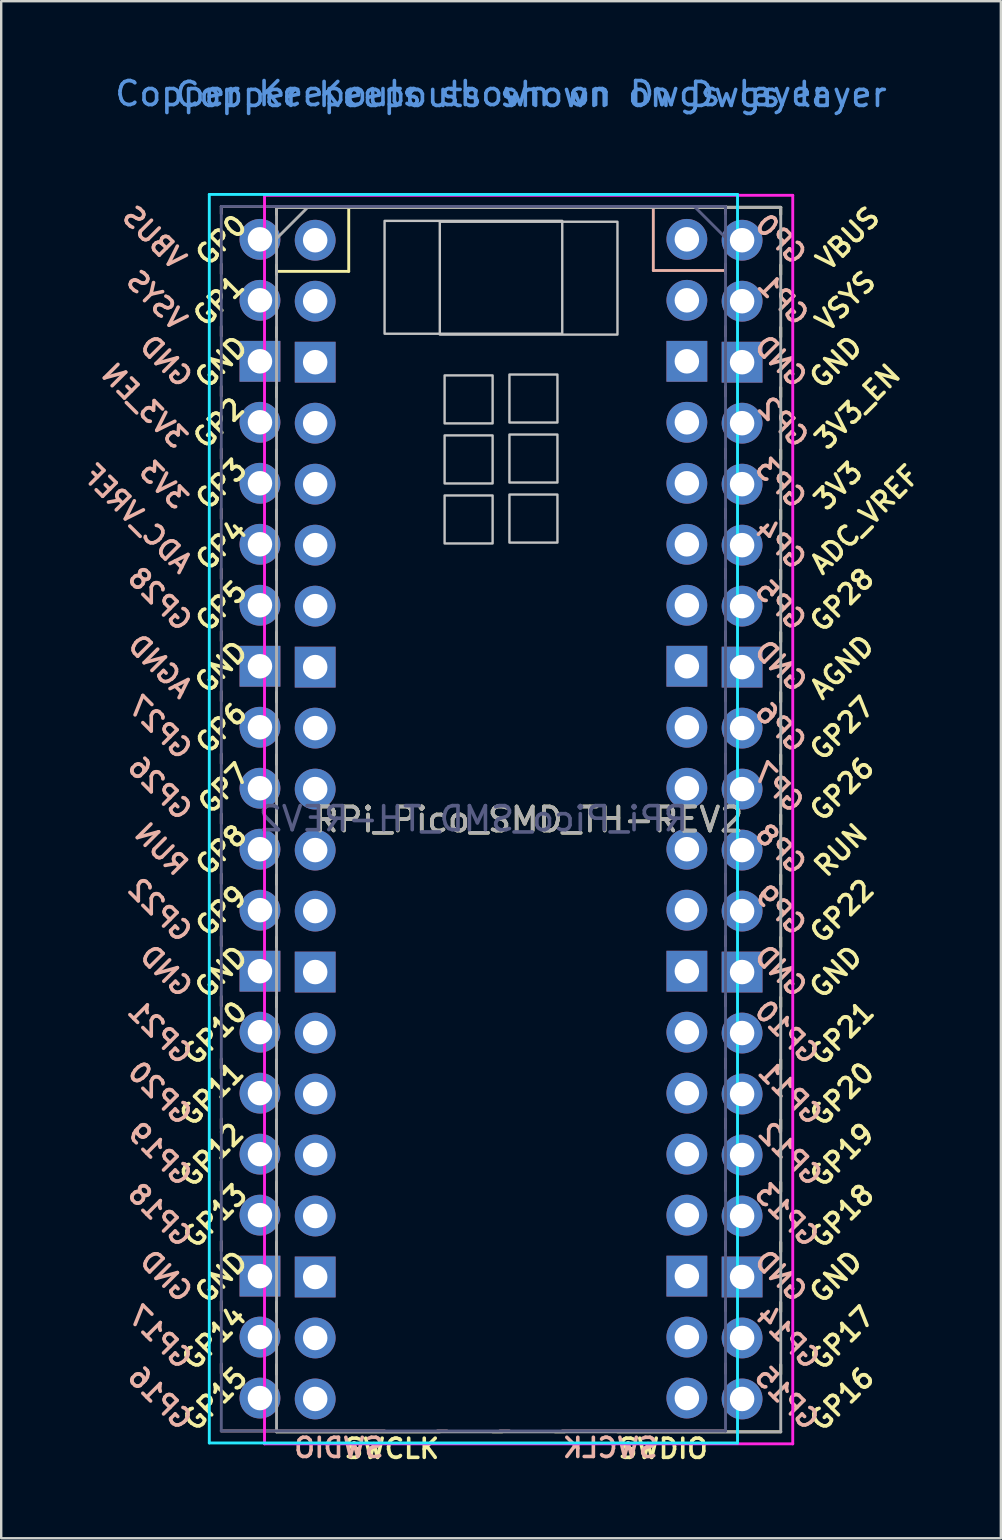
<source format=kicad_pcb>
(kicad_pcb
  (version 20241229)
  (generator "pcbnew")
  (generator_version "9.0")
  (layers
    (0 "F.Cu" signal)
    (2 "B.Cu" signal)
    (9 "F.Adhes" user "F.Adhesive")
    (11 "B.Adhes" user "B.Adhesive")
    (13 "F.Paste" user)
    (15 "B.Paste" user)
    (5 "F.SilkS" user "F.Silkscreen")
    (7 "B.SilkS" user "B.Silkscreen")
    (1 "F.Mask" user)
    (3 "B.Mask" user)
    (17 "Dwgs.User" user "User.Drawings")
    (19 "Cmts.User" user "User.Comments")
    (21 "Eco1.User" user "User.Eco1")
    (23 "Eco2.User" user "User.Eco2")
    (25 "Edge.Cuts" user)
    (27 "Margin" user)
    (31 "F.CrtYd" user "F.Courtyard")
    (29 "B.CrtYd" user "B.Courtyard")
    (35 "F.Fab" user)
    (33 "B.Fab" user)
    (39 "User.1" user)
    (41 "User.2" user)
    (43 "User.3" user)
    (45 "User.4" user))
  (footprint "RPi_Pico_SMD_TH-REV2"
    (layer "F.Cu")
    (at 18.967 31.085)
    (property "Reference" "RPi_Pico_SMD_TH-REV2" (at 0 0 0) (layer "F.SilkS") (effects (font (size 1 1) (thickness 0.15))))
    (attr through_hole)
    (fp_line (start -10.5 -25.5) (end -10.5 -25.2) (stroke (width 0.12) (type solid)) (layer "F.SilkS"))
    (fp_line (start -10.5 -25.5) (end 10.5 -25.5) (stroke (width 0.12) (type solid)) (layer "F.SilkS"))
    (fp_line (start -10.5 -23.1) (end -10.5 -22.7) (stroke (width 0.12) (type solid)) (layer "F.SilkS"))
    (fp_line (start -10.5 -22.833) (end -7.493 -22.833) (stroke (width 0.12) (type solid)) (layer "F.SilkS"))
    (fp_line (start -10.5 -20.5) (end -10.5 -20.1) (stroke (width 0.12) (type solid)) (layer "F.SilkS"))
    (fp_line (start -10.5 -18) (end -10.5 -17.6) (stroke (width 0.12) (type solid)) (layer "F.SilkS"))
    (fp_line (start -10.5 -15.4) (end -10.5 -15) (stroke (width 0.12) (type solid)) (layer "F.SilkS"))
    (fp_line (start -10.5 -12.9) (end -10.5 -12.5) (stroke (width 0.12) (type solid)) (layer "F.SilkS"))
    (fp_line (start -10.5 -10.4) (end -10.5 -10) (stroke (width 0.12) (type solid)) (layer "F.SilkS"))
    (fp_line (start -10.5 -7.8) (end -10.5 -7.4) (stroke (width 0.12) (type solid)) (layer "F.SilkS"))
    (fp_line (start -10.5 -5.3) (end -10.5 -4.9) (stroke (width 0.12) (type solid)) (layer "F.SilkS"))
    (fp_line (start -10.5 -2.7) (end -10.5 -2.3) (stroke (width 0.12) (type solid)) (layer "F.SilkS"))
    (fp_line (start -10.5 -0.2) (end -10.5 0.2) (stroke (width 0.12) (type solid)) (layer "F.SilkS"))
    (fp_line (start -10.5 2.3) (end -10.5 2.7) (stroke (width 0.12) (type solid)) (layer "F.SilkS"))
    (fp_line (start -10.5 4.9) (end -10.5 5.3) (stroke (width 0.12) (type solid)) (layer "F.SilkS"))
    (fp_line (start -10.5 7.4) (end -10.5 7.8) (stroke (width 0.12) (type solid)) (layer "F.SilkS"))
    (fp_line (start -10.5 10) (end -10.5 10.4) (stroke (width 0.12) (type solid)) (layer "F.SilkS"))
    (fp_line (start -10.5 12.5) (end -10.5 12.9) (stroke (width 0.12) (type solid)) (layer "F.SilkS"))
    (fp_line (start -10.5 15.1) (end -10.5 15.5) (stroke (width 0.12) (type solid)) (layer "F.SilkS"))
    (fp_line (start -10.5 17.6) (end -10.5 18) (stroke (width 0.12) (type solid)) (layer "F.SilkS"))
    (fp_line (start -10.5 20.1) (end -10.5 20.5) (stroke (width 0.12) (type solid)) (layer "F.SilkS"))
    (fp_line (start -10.5 22.7) (end -10.5 23.1) (stroke (width 0.12) (type solid)) (layer "F.SilkS"))
    (fp_line (start -7.493 -22.833) (end -7.493 -25.5) (stroke (width 0.12) (type solid)) (layer "F.SilkS"))
    (fp_line (start -3.7 25.5) (end -10.5 25.5) (stroke (width 0.12) (type solid)) (layer "F.SilkS"))
    (fp_line (start -1.5 25.5) (end -1.1 25.5) (stroke (width 0.12) (type solid)) (layer "F.SilkS"))
    (fp_line (start 1.1 25.5) (end 1.5 25.5) (stroke (width 0.12) (type solid)) (layer "F.SilkS"))
    (fp_line (start 10.5 -25.5) (end 10.5 -25.2) (stroke (width 0.12) (type solid)) (layer "F.SilkS"))
    (fp_line (start 10.5 -23.1) (end 10.5 -22.7) (stroke (width 0.12) (type solid)) (layer "F.SilkS"))
    (fp_line (start 10.5 -20.5) (end 10.5 -20.1) (stroke (width 0.12) (type solid)) (layer "F.SilkS"))
    (fp_line (start 10.5 -18) (end 10.5 -17.6) (stroke (width 0.12) (type solid)) (layer "F.SilkS"))
    (fp_line (start 10.5 -15.4) (end 10.5 -15) (stroke (width 0.12) (type solid)) (layer "F.SilkS"))
    (fp_line (start 10.5 -12.9) (end 10.5 -12.5) (stroke (width 0.12) (type solid)) (layer "F.SilkS"))
    (fp_line (start 10.5 -10.4) (end 10.5 -10) (stroke (width 0.12) (type solid)) (layer "F.SilkS"))
    (fp_line (start 10.5 -7.8) (end 10.5 -7.4) (stroke (width 0.12) (type solid)) (layer "F.SilkS"))
    (fp_line (start 10.5 -5.3) (end 10.5 -4.9) (stroke (width 0.12) (type solid)) (layer "F.SilkS"))
    (fp_line (start 10.5 -2.7) (end 10.5 -2.3) (stroke (width 0.12) (type solid)) (layer "F.SilkS"))
    (fp_line (start 10.5 -0.2) (end 10.5 0.2) (stroke (width 0.12) (type solid)) (layer "F.SilkS"))
    (fp_line (start 10.5 2.3) (end 10.5 2.7) (stroke (width 0.12) (type solid)) (layer "F.SilkS"))
    (fp_line (start 10.5 4.9) (end 10.5 5.3) (stroke (width 0.12) (type solid)) (layer "F.SilkS"))
    (fp_line (start 10.5 7.4) (end 10.5 7.8) (stroke (width 0.12) (type solid)) (layer "F.SilkS"))
    (fp_line (start 10.5 10) (end 10.5 10.4) (stroke (width 0.12) (type solid)) (layer "F.SilkS"))
    (fp_line (start 10.5 12.5) (end 10.5 12.9) (stroke (width 0.12) (type solid)) (layer "F.SilkS"))
    (fp_line (start 10.5 15.1) (end 10.5 15.5) (stroke (width 0.12) (type solid)) (layer "F.SilkS"))
    (fp_line (start 10.5 17.6) (end 10.5 18) (stroke (width 0.12) (type solid)) (layer "F.SilkS"))
    (fp_line (start 10.5 20.1) (end 10.5 20.5) (stroke (width 0.12) (type solid)) (layer "F.SilkS"))
    (fp_line (start 10.5 22.7) (end 10.5 23.1) (stroke (width 0.12) (type solid)) (layer "F.SilkS"))
    (fp_line (start 10.5 25.5) (end 3.7 25.5) (stroke (width 0.12) (type solid)) (layer "F.SilkS"))
    (fp_line (start -12.8 -25.537) (end -12.8 -25.236) (stroke (width 0.12) (type solid)) (layer "B.SilkS"))
    (fp_line (start -12.8 -23.137) (end -12.8 -22.736) (stroke (width 0.12) (type solid)) (layer "B.SilkS"))
    (fp_line (start -12.8 -20.537) (end -12.8 -20.137) (stroke (width 0.12) (type solid)) (layer "B.SilkS"))
    (fp_line (start -12.8 -18.037) (end -12.8 -17.637) (stroke (width 0.12) (type solid)) (layer "B.SilkS"))
    (fp_line (start -12.8 -15.437) (end -12.8 -15.037) (stroke (width 0.12) (type solid)) (layer "B.SilkS"))
    (fp_line (start -12.8 -12.937) (end -12.8 -12.537) (stroke (width 0.12) (type solid)) (layer "B.SilkS"))
    (fp_line (start -12.8 -10.437) (end -12.8 -10.037) (stroke (width 0.12) (type solid)) (layer "B.SilkS"))
    (fp_line (start -12.8 -7.837) (end -12.8 -7.436) (stroke (width 0.12) (type solid)) (layer "B.SilkS"))
    (fp_line (start -12.8 -5.337) (end -12.8 -4.936) (stroke (width 0.12) (type solid)) (layer "B.SilkS"))
    (fp_line (start -12.8 -2.736) (end -12.8 -2.337) (stroke (width 0.12) (type solid)) (layer "B.SilkS"))
    (fp_line (start -12.8 -0.236) (end -12.8 0.164) (stroke (width 0.12) (type solid)) (layer "B.SilkS"))
    (fp_line (start -12.8 2.264) (end -12.8 2.663) (stroke (width 0.12) (type solid)) (layer "B.SilkS"))
    (fp_line (start -12.8 4.864) (end -12.8 5.263) (stroke (width 0.12) (type solid)) (layer "B.SilkS"))
    (fp_line (start -12.8 7.364) (end -12.8 7.763) (stroke (width 0.12) (type solid)) (layer "B.SilkS"))
    (fp_line (start -12.8 9.963) (end -12.8 10.364) (stroke (width 0.12) (type solid)) (layer "B.SilkS"))
    (fp_line (start -12.8 12.463) (end -12.8 12.864) (stroke (width 0.12) (type solid)) (layer "B.SilkS"))
    (fp_line (start -12.8 15.063) (end -12.8 15.463) (stroke (width 0.12) (type solid)) (layer "B.SilkS"))
    (fp_line (start -12.8 17.564) (end -12.8 17.963) (stroke (width 0.12) (type solid)) (layer "B.SilkS"))
    (fp_line (start -12.8 20.064) (end -12.8 20.463) (stroke (width 0.12) (type solid)) (layer "B.SilkS"))
    (fp_line (start -12.8 22.663) (end -12.8 23.064) (stroke (width 0.12) (type solid)) (layer "B.SilkS"))
    (fp_line (start -12.8 25.463) (end -6 25.463) (stroke (width 0.12) (type solid)) (layer "B.SilkS"))
    (fp_line (start -3.4 25.463) (end -3.8 25.463) (stroke (width 0.12) (type solid)) (layer "B.SilkS"))
    (fp_line (start -0.8 25.463) (end -1.2 25.463) (stroke (width 0.12) (type solid)) (layer "B.SilkS"))
    (fp_line (start 1.4 25.463) (end 8.2 25.463) (stroke (width 0.12) (type solid)) (layer "B.SilkS"))
    (fp_line (start 5.193 -22.869) (end 5.193 -25.537) (stroke (width 0.12) (type solid)) (layer "B.SilkS"))
    (fp_line (start 8.2 -25.537) (end -12.8 -25.537) (stroke (width 0.12) (type solid)) (layer "B.SilkS"))
    (fp_line (start 8.2 -25.537) (end 8.2 -25.236) (stroke (width 0.12) (type solid)) (layer "B.SilkS"))
    (fp_line (start 8.2 -23.137) (end 8.2 -22.736) (stroke (width 0.12) (type solid)) (layer "B.SilkS"))
    (fp_line (start 8.2 -22.869) (end 5.193 -22.869) (stroke (width 0.12) (type solid)) (layer "B.SilkS"))
    (fp_line (start 8.2 -20.537) (end 8.2 -20.137) (stroke (width 0.12) (type solid)) (layer "B.SilkS"))
    (fp_line (start 8.2 -18.037) (end 8.2 -17.637) (stroke (width 0.12) (type solid)) (layer "B.SilkS"))
    (fp_line (start 8.2 -15.437) (end 8.2 -15.037) (stroke (width 0.12) (type solid)) (layer "B.SilkS"))
    (fp_line (start 8.2 -12.937) (end 8.2 -12.537) (stroke (width 0.12) (type solid)) (layer "B.SilkS"))
    (fp_line (start 8.2 -10.437) (end 8.2 -10.037) (stroke (width 0.12) (type solid)) (layer "B.SilkS"))
    (fp_line (start 8.2 -7.837) (end 8.2 -7.436) (stroke (width 0.12) (type solid)) (layer "B.SilkS"))
    (fp_line (start 8.2 -5.337) (end 8.2 -4.936) (stroke (width 0.12) (type solid)) (layer "B.SilkS"))
    (fp_line (start 8.2 -2.736) (end 8.2 -2.337) (stroke (width 0.12) (type solid)) (layer "B.SilkS"))
    (fp_line (start 8.2 -0.236) (end 8.2 0.164) (stroke (width 0.12) (type solid)) (layer "B.SilkS"))
    (fp_line (start 8.2 2.264) (end 8.2 2.663) (stroke (width 0.12) (type solid)) (layer "B.SilkS"))
    (fp_line (start 8.2 4.864) (end 8.2 5.263) (stroke (width 0.12) (type solid)) (layer "B.SilkS"))
    (fp_line (start 8.2 7.364) (end 8.2 7.763) (stroke (width 0.12) (type solid)) (layer "B.SilkS"))
    (fp_line (start 8.2 9.963) (end 8.2 10.364) (stroke (width 0.12) (type solid)) (layer "B.SilkS"))
    (fp_line (start 8.2 12.463) (end 8.2 12.864) (stroke (width 0.12) (type solid)) (layer "B.SilkS"))
    (fp_line (start 8.2 15.063) (end 8.2 15.463) (stroke (width 0.12) (type solid)) (layer "B.SilkS"))
    (fp_line (start 8.2 17.564) (end 8.2 17.963) (stroke (width 0.12) (type solid)) (layer "B.SilkS"))
    (fp_line (start 8.2 20.064) (end 8.2 20.463) (stroke (width 0.12) (type solid)) (layer "B.SilkS"))
    (fp_line (start 8.2 22.663) (end 8.2 23.064) (stroke (width 0.12) (type solid)) (layer "B.SilkS"))
    (fp_poly (pts (xy -6 -20.236) (xy 1.4 -20.236) (xy 1.4 -24.936) (xy -6 -24.936)) (stroke (width 0.1) (type solid)) (fill no) (layer "Dwgs.User"))
    (fp_poly (pts (xy -1.5 -16.5) (xy -3.5 -16.5) (xy -3.5 -18.5) (xy -1.5 -18.5)) (stroke (width 0.1) (type solid)) (fill no) (layer "Dwgs.User"))
    (fp_poly (pts (xy -1.5 -14) (xy -3.5 -14) (xy -3.5 -16) (xy -1.5 -16)) (stroke (width 0.1) (type solid)) (fill no) (layer "Dwgs.User"))
    (fp_poly (pts (xy -1.5 -11.5) (xy -3.5 -11.5) (xy -3.5 -13.5) (xy -1.5 -13.5)) (stroke (width 0.1) (type solid)) (fill no) (layer "Dwgs.User"))
    (fp_poly (pts (xy -0.8 -16.537) (xy 1.2 -16.537) (xy 1.2 -18.537) (xy -0.8 -18.537)) (stroke (width 0.1) (type solid)) (fill no) (layer "Dwgs.User"))
    (fp_poly (pts (xy -0.8 -14.037) (xy 1.2 -14.037) (xy 1.2 -16.037) (xy -0.8 -16.037)) (stroke (width 0.1) (type solid)) (fill no) (layer "Dwgs.User"))
    (fp_poly (pts (xy -0.8 -11.537) (xy 1.2 -11.537) (xy 1.2 -13.537) (xy -0.8 -13.537)) (stroke (width 0.1) (type solid)) (fill no) (layer "Dwgs.User"))
    (fp_poly (pts (xy 3.7 -20.2) (xy -3.7 -20.2) (xy -3.7 -24.9) (xy 3.7 -24.9)) (stroke (width 0.1) (type solid)) (fill no) (layer "Dwgs.User"))
    (fp_line (start -13.3 -26.037) (end -13.3 25.963) (stroke (width 0.12) (type solid)) (layer "B.CrtYd"))
    (fp_line (start -13.3 25.963) (end 8.7 25.963) (stroke (width 0.12) (type solid)) (layer "B.CrtYd"))
    (fp_line (start 8.7 -26.037) (end -13.3 -26.037) (stroke (width 0.12) (type solid)) (layer "B.CrtYd"))
    (fp_line (start 8.7 25.963) (end 8.7 -26.037) (stroke (width 0.12) (type solid)) (layer "B.CrtYd"))
    (fp_line (start -11 -26) (end 11 -26) (stroke (width 0.12) (type solid)) (layer "F.CrtYd"))
    (fp_line (start -11 26) (end -11 -26) (stroke (width 0.12) (type solid)) (layer "F.CrtYd"))
    (fp_line (start 11 -26) (end 11 26) (stroke (width 0.12) (type solid)) (layer "F.CrtYd"))
    (fp_line (start 11 26) (end -11 26) (stroke (width 0.12) (type solid)) (layer "F.CrtYd"))
    (fp_line (start -12.8 -25.537) (end -12.8 25.463) (stroke (width 0.12) (type solid)) (layer "B.Fab"))
    (fp_line (start -12.8 25.463) (end 8.2 25.463) (stroke (width 0.12) (type solid)) (layer "B.Fab"))
    (fp_line (start 8.2 -25.537) (end -12.8 -25.537) (stroke (width 0.12) (type solid)) (layer "B.Fab"))
    (fp_line (start 8.2 -24.236) (end 6.9 -25.537) (stroke (width 0.12) (type solid)) (layer "B.Fab"))
    (fp_line (start 8.2 25.463) (end 8.2 -25.537) (stroke (width 0.12) (type solid)) (layer "B.Fab"))
    (fp_line (start -10.5 -25.5) (end 10.5 -25.5) (stroke (width 0.12) (type solid)) (layer "F.Fab"))
    (fp_line (start -10.5 -24.2) (end -9.2 -25.5) (stroke (width 0.12) (type solid)) (layer "F.Fab"))
    (fp_line (start -10.5 25.5) (end -10.5 -25.5) (stroke (width 0.12) (type solid)) (layer "F.Fab"))
    (fp_line (start 10.5 -25.5) (end 10.5 25.5) (stroke (width 0.12) (type solid)) (layer "F.Fab"))
    (fp_line (start 10.5 25.5) (end -10.5 25.5) (stroke (width 0.12) (type solid)) (layer "F.Fab"))
    (fp_text user "GND" (at -12.8 19.05 45) (layer "F.SilkS") (effects (font (size 0.8 0.8) (thickness 0.15))))
    (fp_text user "RUN" (at 13 1.27 45) (layer "F.SilkS") (effects (font (size 0.8 0.8) (thickness 0.15))))
    (fp_text user "GP20" (at 13.054 11.43 45) (layer "F.SilkS") (effects (font (size 0.8 0.8) (thickness 0.15))))
    (fp_text user "GP4" (at -12.8 -11.43 45) (layer "F.SilkS") (effects (font (size 0.8 0.8) (thickness 0.15))))
    (fp_text user "GP9" (at -12.8 3.81 45) (layer "F.SilkS") (effects (font (size 0.8 0.8) (thickness 0.15))))
    (fp_text user "GP26" (at 13.054 -1.27 45) (layer "F.SilkS") (effects (font (size 0.8 0.8) (thickness 0.15))))
    (fp_text user "GP12" (at -13.2 13.97 45) (layer "F.SilkS") (effects (font (size 0.8 0.8) (thickness 0.15))))
    (fp_text user "GP7" (at -12.7 -1.3 45) (layer "F.SilkS") (effects (font (size 0.8 0.8) (thickness 0.15))))
    (fp_text user "GP27" (at 13.054 -3.8 45) (layer "F.SilkS") (effects (font (size 0.8 0.8) (thickness 0.15))))
    (fp_text user "GND" (at -12.8 -19.05 45) (layer "F.SilkS") (effects (font (size 0.8 0.8) (thickness 0.15))))
    (fp_text user "GP18" (at 13.054 16.51 45) (layer "F.SilkS") (effects (font (size 0.8 0.8) (thickness 0.15))))
    (fp_text user "GP5" (at -12.8 -8.89 45) (layer "F.SilkS") (effects (font (size 0.8 0.8) (thickness 0.15))))
    (fp_text user "GP19" (at 13.054 13.97 45) (layer "F.SilkS") (effects (font (size 0.8 0.8) (thickness 0.15))))
    (fp_text user "GP28" (at 13.054 -9.144 45) (layer "F.SilkS") (effects (font (size 0.8 0.8) (thickness 0.15))))
    (fp_text user "GP16" (at 13.054 24.13 45) (layer "F.SilkS") (effects (font (size 0.8 0.8) (thickness 0.15))))
    (fp_text user "GP17" (at 13.054 21.59 45) (layer "F.SilkS") (effects (font (size 0.8 0.8) (thickness 0.15))))
    (fp_text user "SWDIO" (at 5.6 26.2 0) (layer "F.SilkS") (effects (font (size 0.8 0.8) (thickness 0.15))))
    (fp_text user "GP2" (at -12.9 -16.51 45) (layer "F.SilkS") (effects (font (size 0.8 0.8) (thickness 0.15))))
    (fp_text user "GND" (at -12.8 -6.35 45) (layer "F.SilkS") (effects (font (size 0.8 0.8) (thickness 0.15))))
    (fp_text user "GND" (at 12.8 19.05 45) (layer "F.SilkS") (effects (font (size 0.8 0.8) (thickness 0.15))))
    (fp_text user "GP1" (at -12.9 -21.6 45) (layer "F.SilkS") (effects (font (size 0.8 0.8) (thickness 0.15))))
    (fp_text user "GP10" (at -13.054 8.89 45) (layer "F.SilkS") (effects (font (size 0.8 0.8) (thickness 0.15))))
    (fp_text user "GP11" (at -13.2 11.43 45) (layer "F.SilkS") (effects (font (size 0.8 0.8) (thickness 0.15))))
    (fp_text user "GND" (at -12.8 6.35 45) (layer "F.SilkS") (effects (font (size 0.8 0.8) (thickness 0.15))))
    (fp_text user "3V3" (at 12.9 -13.9 45) (layer "F.SilkS") (effects (font (size 0.8 0.8) (thickness 0.15))))
    (fp_text user "GP14" (at -13.1 21.59 45) (layer "F.SilkS") (effects (font (size 0.8 0.8) (thickness 0.15))))
    (fp_text user "GP13" (at -13.054 16.51 45) (layer "F.SilkS") (effects (font (size 0.8 0.8) (thickness 0.15))))
    (fp_text user "GND" (at 12.8 -19.05 45) (layer "F.SilkS") (effects (font (size 0.8 0.8) (thickness 0.15))))
    (fp_text user "SWCLK" (at -5.7 26.2 0) (layer "F.SilkS") (effects (font (size 0.8 0.8) (thickness 0.15))))
    (fp_text user "GND" (at 12.8 6.35 45) (layer "F.SilkS") (effects (font (size 0.8 0.8) (thickness 0.15))))
    (fp_text user "ADC_VREF" (at 14 -12.5 45) (layer "F.SilkS") (effects (font (size 0.8 0.8) (thickness 0.15))))
    (fp_text user "GP21" (at 13.054 8.9 45) (layer "F.SilkS") (effects (font (size 0.8 0.8) (thickness 0.15))))
    (fp_text user "GP0" (at -12.8 -24.13 45) (layer "F.SilkS") (effects (font (size 0.8 0.8) (thickness 0.15))))
    (fp_text user "VBUS" (at 13.3 -24.2 45) (layer "F.SilkS") (effects (font (size 0.8 0.8) (thickness 0.15))))
    (fp_text user "AGND" (at 13.054 -6.35 45) (layer "F.SilkS") (effects (font (size 0.8 0.8) (thickness 0.15))))
    (fp_text user "GP22" (at 13.054 3.81 45) (layer "F.SilkS") (effects (font (size 0.8 0.8) (thickness 0.15))))
    (fp_text user "GP6" (at -12.8 -3.81 45) (layer "F.SilkS") (effects (font (size 0.8 0.8) (thickness 0.15))))
    (fp_text user "GP15" (at -13.054 24.13 45) (layer "F.SilkS") (effects (font (size 0.8 0.8) (thickness 0.15))))
    (fp_text user "VSYS" (at 13.2 -21.59 45) (layer "F.SilkS") (effects (font (size 0.8 0.8) (thickness 0.15))))
    (fp_text user "GP8" (at -12.8 1.27 45) (layer "F.SilkS") (effects (font (size 0.8 0.8) (thickness 0.15))))
    (fp_text user "3V3_EN" (at 13.7 -17.2 45) (layer "F.SilkS") (effects (font (size 0.8 0.8) (thickness 0.15))))
    (fp_text user "GP3" (at -12.8 -13.97 45) (layer "F.SilkS") (effects (font (size 0.8 0.8) (thickness 0.15))))
    (fp_text user "GND" (at 10.5 -19.087 315) (layer "B.SilkS") (effects (font (size 0.8 0.8) (thickness 0.15)) (justify mirror)))
    (fp_text user "GP11" (at 10.9 11.393 315) (layer "B.SilkS") (effects (font (size 0.8 0.8) (thickness 0.15)) (justify mirror)))
    (fp_text user "GP27" (at -15.354 -3.837 315) (layer "B.SilkS") (effects (font (size 0.8 0.8) (thickness 0.15)) (justify mirror)))
    (fp_text user "GP15" (at 10.754 24.093 315) (layer "B.SilkS") (effects (font (size 0.8 0.8) (thickness 0.15)) (justify mirror)))
    (fp_text user "GP18" (at -15.354 16.474 315) (layer "B.SilkS") (effects (font (size 0.8 0.8) (thickness 0.15)) (justify mirror)))
    (fp_text user "GP10" (at 10.754 8.854 315) (layer "B.SilkS") (effects (font (size 0.8 0.8) (thickness 0.15)) (justify mirror)))
    (fp_text user "3V3" (at -15.2 -13.937 315) (layer "B.SilkS") (effects (font (size 0.8 0.8) (thickness 0.15)) (justify mirror)))
    (fp_text user "GP4" (at 10.5 -11.466 315) (layer "B.SilkS") (effects (font (size 0.8 0.8) (thickness 0.15)) (justify mirror)))
    (fp_text user "GND" (at -15.1 -19.087 315) (layer "B.SilkS") (effects (font (size 0.8 0.8) (thickness 0.15)) (justify mirror)))
    (fp_text user "GP3" (at 10.5 -14.007 315) (layer "B.SilkS") (effects (font (size 0.8 0.8) (thickness 0.15)) (justify mirror)))
    (fp_text user "GP0" (at 10.5 -24.166 315) (layer "B.SilkS") (effects (font (size 0.8 0.8) (thickness 0.15)) (justify mirror)))
    (fp_text user "GP21" (at -15.354 8.864 315) (layer "B.SilkS") (effects (font (size 0.8 0.8) (thickness 0.15)) (justify mirror)))
    (fp_text user "GP5" (at 10.5 -8.927 315) (layer "B.SilkS") (effects (font (size 0.8 0.8) (thickness 0.15)) (justify mirror)))
    (fp_text user "GP2" (at 10.6 -16.547 315) (layer "B.SilkS") (effects (font (size 0.8 0.8) (thickness 0.15)) (justify mirror)))
    (fp_text user "SWCLK" (at 3.4 26.163 0) (layer "B.SilkS") (effects (font (size 0.8 0.8) (thickness 0.15)) (justify mirror)))
    (fp_text user "RUN" (at -15.3 1.234 315) (layer "B.SilkS") (effects (font (size 0.8 0.8) (thickness 0.15)) (justify mirror)))
    (fp_text user "GP12" (at 10.9 13.934 315) (layer "B.SilkS") (effects (font (size 0.8 0.8) (thickness 0.15)) (justify mirror)))
    (fp_text user "GP9" (at 10.5 3.773 315) (layer "B.SilkS") (effects (font (size 0.8 0.8) (thickness 0.15)) (justify mirror)))
    (fp_text user "GP26" (at -15.354 -1.306 315) (layer "B.SilkS") (effects (font (size 0.8 0.8) (thickness 0.15)) (justify mirror)))
    (fp_text user "3V3_EN" (at -16 -17.236 315) (layer "B.SilkS") (effects (font (size 0.8 0.8) (thickness 0.15)) (justify mirror)))
    (fp_text user "GP19" (at -15.354 13.934 315) (layer "B.SilkS") (effects (font (size 0.8 0.8) (thickness 0.15)) (justify mirror)))
    (fp_text user "VBUS" (at -15.6 -24.236 315) (layer "B.SilkS") (effects (font (size 0.8 0.8) (thickness 0.15)) (justify mirror)))
    (fp_text user "AGND" (at -15.354 -6.386 315) (layer "B.SilkS") (effects (font (size 0.8 0.8) (thickness 0.15)) (justify mirror)))
    (fp_text user "GP28" (at -15.354 -9.181 315) (layer "B.SilkS") (effects (font (size 0.8 0.8) (thickness 0.15)) (justify mirror)))
    (fp_text user "GND" (at 10.5 6.314 315) (layer "B.SilkS") (effects (font (size 0.8 0.8) (thickness 0.15)) (justify mirror)))
    (fp_text user "GP7" (at 10.4 -1.337 315) (layer "B.SilkS") (effects (font (size 0.8 0.8) (thickness 0.15)) (justify mirror)))
    (fp_text user "GP13" (at 10.754 16.474 315) (layer "B.SilkS") (effects (font (size 0.8 0.8) (thickness 0.15)) (justify mirror)))
    (fp_text user "GP14" (at 10.8 21.553 315) (layer "B.SilkS") (effects (font (size 0.8 0.8) (thickness 0.15)) (justify mirror)))
    (fp_text user "GP6" (at 10.5 -3.846 315) (layer "B.SilkS") (effects (font (size 0.8 0.8) (thickness 0.15)) (justify mirror)))
    (fp_text user "GP20" (at -15.354 11.393 315) (layer "B.SilkS") (effects (font (size 0.8 0.8) (thickness 0.15)) (justify mirror)))
    (fp_text user "GP1" (at 10.6 -21.637 315) (layer "B.SilkS") (effects (font (size 0.8 0.8) (thickness 0.15)) (justify mirror)))
    (fp_text user "GND" (at -15.1 6.314 315) (layer "B.SilkS") (effects (font (size 0.8 0.8) (thickness 0.15)) (justify mirror)))
    (fp_text user "SWDIO" (at -7.9 26.163 0) (layer "B.SilkS") (effects (font (size 0.8 0.8) (thickness 0.15)) (justify mirror)))
    (fp_text user "GP16" (at -15.354 24.093 315) (layer "B.SilkS") (effects (font (size 0.8 0.8) (thickness 0.15)) (justify mirror)))
    (fp_text user "ADC_VREF" (at -16.3 -12.537 315) (layer "B.SilkS") (effects (font (size 0.8 0.8) (thickness 0.15)) (justify mirror)))
    (fp_text user "GND" (at 10.5 -6.386 315) (layer "B.SilkS") (effects (font (size 0.8 0.8) (thickness 0.15)) (justify mirror)))
    (fp_text user "GND" (at -15.1 19.014 315) (layer "B.SilkS") (effects (font (size 0.8 0.8) (thickness 0.15)) (justify mirror)))
    (fp_text user "GP8" (at 10.5 1.234 315) (layer "B.SilkS") (effects (font (size 0.8 0.8) (thickness 0.15)) (justify mirror)))
    (fp_text user "GP22" (at -15.354 3.773 315) (layer "B.SilkS") (effects (font (size 0.8 0.8) (thickness 0.15)) (justify mirror)))
    (fp_text user "VSYS" (at -15.5 -21.627 315) (layer "B.SilkS") (effects (font (size 0.8 0.8) (thickness 0.15)) (justify mirror)))
    (fp_text user "GND" (at 10.5 19.014 315) (layer "B.SilkS") (effects (font (size 0.8 0.8) (thickness 0.15)) (justify mirror)))
    (fp_text user "GP17" (at -15.354 21.553 315) (layer "B.SilkS") (effects (font (size 0.8 0.8) (thickness 0.15)) (justify mirror)))
    (fp_text user "Copper Keepouts shown on Dwgs layer" (at -2.4 -30.236 0) (layer "Cmts.User") (effects (font (size 1 1) (thickness 0.15))))
    (fp_text user "Copper Keepouts shown on Dwgs layer" (at 0.1 -30.2 0) (layer "Cmts.User") (effects (font (size 1 1) (thickness 0.15))))
    (fp_text user "${REFERENCE}" (at -2.3 -0.036 180) (layer "B.Fab") (effects (font (size 1 1) (thickness 0.15)) (justify mirror)))
    (fp_text user "${REFERENCE}" (at 0 0 180) (layer "F.Fab") (effects (font (size 1 1) (thickness 0.15))))
    (pad "1" thru_hole oval (at -8.89 -24.13) (size 1.7 1.7) (drill 1.02) (layers "*.Cu" "*.Mask"))
    (pad "1" thru_hole oval (at 6.59 -24.166) (size 1.7 1.7) (drill 1.02) (layers "*.Cu" "*.Mask"))
    (pad "2" thru_hole oval (at -8.89 -21.59) (size 1.7 1.7) (drill 1.02) (layers "*.Cu" "*.Mask"))
    (pad "2" thru_hole oval (at 6.59 -21.627) (size 1.7 1.7) (drill 1.02) (layers "*.Cu" "*.Mask"))
    (pad "3" thru_hole rect (at -8.89 -19.05) (size 1.7 1.7) (drill 1.02) (layers "*.Cu" "*.Mask"))
    (pad "3" thru_hole rect (at 6.59 -19.087) (size 1.7 1.7) (drill 1.02) (layers "*.Cu" "*.Mask"))
    (pad "4" thru_hole oval (at -8.89 -16.51) (size 1.7 1.7) (drill 1.02) (layers "*.Cu" "*.Mask"))
    (pad "4" thru_hole oval (at 6.59 -16.547) (size 1.7 1.7) (drill 1.02) (layers "*.Cu" "*.Mask"))
    (pad "5" thru_hole oval (at -8.89 -13.97) (size 1.7 1.7) (drill 1.02) (layers "*.Cu" "*.Mask"))
    (pad "5" thru_hole oval (at 6.59 -14.007) (size 1.7 1.7) (drill 1.02) (layers "*.Cu" "*.Mask"))
    (pad "6" thru_hole oval (at -8.89 -11.43) (size 1.7 1.7) (drill 1.02) (layers "*.Cu" "*.Mask"))
    (pad "6" thru_hole oval (at 6.59 -11.466) (size 1.7 1.7) (drill 1.02) (layers "*.Cu" "*.Mask"))
    (pad "7" thru_hole oval (at -8.89 -8.89) (size 1.7 1.7) (drill 1.02) (layers "*.Cu" "*.Mask"))
    (pad "7" thru_hole oval (at 6.59 -8.927) (size 1.7 1.7) (drill 1.02) (layers "*.Cu" "*.Mask"))
    (pad "8" thru_hole rect (at -8.89 -6.35) (size 1.7 1.7) (drill 1.02) (layers "*.Cu" "*.Mask"))
    (pad "8" thru_hole rect (at 6.59 -6.386) (size 1.7 1.7) (drill 1.02) (layers "*.Cu" "*.Mask"))
    (pad "9" thru_hole oval (at -8.89 -3.81) (size 1.7 1.7) (drill 1.02) (layers "*.Cu" "*.Mask"))
    (pad "9" thru_hole oval (at 6.59 -3.846) (size 1.7 1.7) (drill 1.02) (layers "*.Cu" "*.Mask"))
    (pad "10" thru_hole oval (at -8.89 -1.27) (size 1.7 1.7) (drill 1.02) (layers "*.Cu" "*.Mask"))
    (pad "10" thru_hole oval (at 6.59 -1.306) (size 1.7 1.7) (drill 1.02) (layers "*.Cu" "*.Mask"))
    (pad "11" thru_hole oval (at -8.89 1.27) (size 1.7 1.7) (drill 1.02) (layers "*.Cu" "*.Mask"))
    (pad "11" thru_hole oval (at 6.59 1.234) (size 1.7 1.7) (drill 1.02) (layers "*.Cu" "*.Mask"))
    (pad "12" thru_hole oval (at -8.89 3.81) (size 1.7 1.7) (drill 1.02) (layers "*.Cu" "*.Mask"))
    (pad "12" thru_hole oval (at 6.59 3.773) (size 1.7 1.7) (drill 1.02) (layers "*.Cu" "*.Mask"))
    (pad "13" thru_hole rect (at -8.89 6.35) (size 1.7 1.7) (drill 1.02) (layers "*.Cu" "*.Mask"))
    (pad "13" thru_hole rect (at 6.59 6.314) (size 1.7 1.7) (drill 1.02) (layers "*.Cu" "*.Mask"))
    (pad "14" thru_hole oval (at -8.89 8.89) (size 1.7 1.7) (drill 1.02) (layers "*.Cu" "*.Mask"))
    (pad "14" thru_hole oval (at 6.59 8.854) (size 1.7 1.7) (drill 1.02) (layers "*.Cu" "*.Mask"))
    (pad "15" thru_hole oval (at -8.89 11.43) (size 1.7 1.7) (drill 1.02) (layers "*.Cu" "*.Mask"))
    (pad "15" thru_hole oval (at 6.59 11.393) (size 1.7 1.7) (drill 1.02) (layers "*.Cu" "*.Mask"))
    (pad "16" thru_hole oval (at -8.89 13.97) (size 1.7 1.7) (drill 1.02) (layers "*.Cu" "*.Mask"))
    (pad "16" thru_hole oval (at 6.59 13.934) (size 1.7 1.7) (drill 1.02) (layers "*.Cu" "*.Mask"))
    (pad "17" thru_hole oval (at -8.89 16.51) (size 1.7 1.7) (drill 1.02) (layers "*.Cu" "*.Mask"))
    (pad "17" thru_hole oval (at 6.59 16.474) (size 1.7 1.7) (drill 1.02) (layers "*.Cu" "*.Mask"))
    (pad "18" thru_hole rect (at -8.89 19.05) (size 1.7 1.7) (drill 1.02) (layers "*.Cu" "*.Mask"))
    (pad "18" thru_hole rect (at 6.59 19.014) (size 1.7 1.7) (drill 1.02) (layers "*.Cu" "*.Mask"))
    (pad "19" thru_hole oval (at -8.89 21.59) (size 1.7 1.7) (drill 1.02) (layers "*.Cu" "*.Mask"))
    (pad "19" thru_hole oval (at 6.59 21.553) (size 1.7 1.7) (drill 1.02) (layers "*.Cu" "*.Mask"))
    (pad "20" thru_hole oval (at -8.89 24.13) (size 1.7 1.7) (drill 1.02) (layers "*.Cu" "*.Mask"))
    (pad "20" thru_hole oval (at 6.59 24.093) (size 1.7 1.7) (drill 1.02) (layers "*.Cu" "*.Mask"))
    (pad "21" thru_hole oval (at -11.19 24.093) (size 1.7 1.7) (drill 1.02) (layers "*.Cu" "*.Mask"))
    (pad "21" thru_hole oval (at 8.89 24.13) (size 1.7 1.7) (drill 1.02) (layers "*.Cu" "*.Mask"))
    (pad "22" thru_hole oval (at -11.19 21.553) (size 1.7 1.7) (drill 1.02) (layers "*.Cu" "*.Mask"))
    (pad "22" thru_hole oval (at 8.89 21.59) (size 1.7 1.7) (drill 1.02) (layers "*.Cu" "*.Mask"))
    (pad "23" thru_hole rect (at -11.19 19.014) (size 1.7 1.7) (drill 1.02) (layers "*.Cu" "*.Mask"))
    (pad "23" thru_hole rect (at 8.89 19.05) (size 1.7 1.7) (drill 1.02) (layers "*.Cu" "*.Mask"))
    (pad "24" thru_hole oval (at -11.19 16.474) (size 1.7 1.7) (drill 1.02) (layers "*.Cu" "*.Mask"))
    (pad "24" thru_hole oval (at 8.89 16.51) (size 1.7 1.7) (drill 1.02) (layers "*.Cu" "*.Mask"))
    (pad "25" thru_hole oval (at -11.19 13.934) (size 1.7 1.7) (drill 1.02) (layers "*.Cu" "*.Mask"))
    (pad "25" thru_hole oval (at 8.89 13.97) (size 1.7 1.7) (drill 1.02) (layers "*.Cu" "*.Mask"))
    (pad "26" thru_hole oval (at -11.19 11.393) (size 1.7 1.7) (drill 1.02) (layers "*.Cu" "*.Mask"))
    (pad "26" thru_hole oval (at 8.89 11.43) (size 1.7 1.7) (drill 1.02) (layers "*.Cu" "*.Mask"))
    (pad "27" thru_hole oval (at -11.19 8.854) (size 1.7 1.7) (drill 1.02) (layers "*.Cu" "*.Mask"))
    (pad "27" thru_hole oval (at 8.89 8.89) (size 1.7 1.7) (drill 1.02) (layers "*.Cu" "*.Mask"))
    (pad "28" thru_hole rect (at -11.19 6.314) (size 1.7 1.7) (drill 1.02) (layers "*.Cu" "*.Mask"))
    (pad "28" thru_hole rect (at 8.89 6.35) (size 1.7 1.7) (drill 1.02) (layers "*.Cu" "*.Mask"))
    (pad "29" thru_hole oval (at -11.19 3.773) (size 1.7 1.7) (drill 1.02) (layers "*.Cu" "*.Mask"))
    (pad "29" thru_hole oval (at 8.89 3.81) (size 1.7 1.7) (drill 1.02) (layers "*.Cu" "*.Mask"))
    (pad "30" thru_hole oval (at -11.19 1.234) (size 1.7 1.7) (drill 1.02) (layers "*.Cu" "*.Mask"))
    (pad "30" thru_hole oval (at 8.89 1.27) (size 1.7 1.7) (drill 1.02) (layers "*.Cu" "*.Mask"))
    (pad "31" thru_hole oval (at -11.19 -1.306) (size 1.7 1.7) (drill 1.02) (layers "*.Cu" "*.Mask"))
    (pad "31" thru_hole oval (at 8.89 -1.27) (size 1.7 1.7) (drill 1.02) (layers "*.Cu" "*.Mask"))
    (pad "32" thru_hole oval (at -11.19 -3.846) (size 1.7 1.7) (drill 1.02) (layers "*.Cu" "*.Mask"))
    (pad "32" thru_hole oval (at 8.89 -3.81) (size 1.7 1.7) (drill 1.02) (layers "*.Cu" "*.Mask"))
    (pad "33" thru_hole rect (at -11.19 -6.386) (size 1.7 1.7) (drill 1.02) (layers "*.Cu" "*.Mask"))
    (pad "33" thru_hole rect (at 8.89 -6.35) (size 1.7 1.7) (drill 1.02) (layers "*.Cu" "*.Mask"))
    (pad "34" thru_hole oval (at -11.19 -8.927) (size 1.7 1.7) (drill 1.02) (layers "*.Cu" "*.Mask"))
    (pad "34" thru_hole oval (at 8.89 -8.89) (size 1.7 1.7) (drill 1.02) (layers "*.Cu" "*.Mask"))
    (pad "35" thru_hole oval (at -11.19 -11.466) (size 1.7 1.7) (drill 1.02) (layers "*.Cu" "*.Mask"))
    (pad "35" thru_hole oval (at 8.89 -11.43) (size 1.7 1.7) (drill 1.02) (layers "*.Cu" "*.Mask"))
    (pad "36" thru_hole oval (at -11.19 -14.007) (size 1.7 1.7) (drill 1.02) (layers "*.Cu" "*.Mask"))
    (pad "36" thru_hole oval (at 8.89 -13.97) (size 1.7 1.7) (drill 1.02) (layers "*.Cu" "*.Mask"))
    (pad "37" thru_hole oval (at -11.19 -16.547) (size 1.7 1.7) (drill 1.02) (layers "*.Cu" "*.Mask"))
    (pad "37" thru_hole oval (at 8.89 -16.51) (size 1.7 1.7) (drill 1.02) (layers "*.Cu" "*.Mask"))
    (pad "38" thru_hole rect (at -11.19 -19.087) (size 1.7 1.7) (drill 1.02) (layers "*.Cu" "*.Mask"))
    (pad "38" thru_hole rect (at 8.89 -19.05) (size 1.7 1.7) (drill 1.02) (layers "*.Cu" "*.Mask"))
    (pad "39" thru_hole oval (at -11.19 -21.627) (size 1.7 1.7) (drill 1.02) (layers "*.Cu" "*.Mask"))
    (pad "39" thru_hole oval (at 8.89 -21.59) (size 1.7 1.7) (drill 1.02) (layers "*.Cu" "*.Mask"))
    (pad "40" thru_hole oval (at -11.19 -24.166) (size 1.7 1.7) (drill 1.02) (layers "*.Cu" "*.Mask"))
    (pad "40" thru_hole oval (at 8.89 -24.13) (size 1.7 1.7) (drill 1.02) (layers "*.Cu" "*.Mask")))
  (gr_rect
    (start -3 -3)
    (end 38.634 61.016)
    (stroke (width 0.1) (type default))
    (fill no)
    (layer "Edge.Cuts")))
</source>
